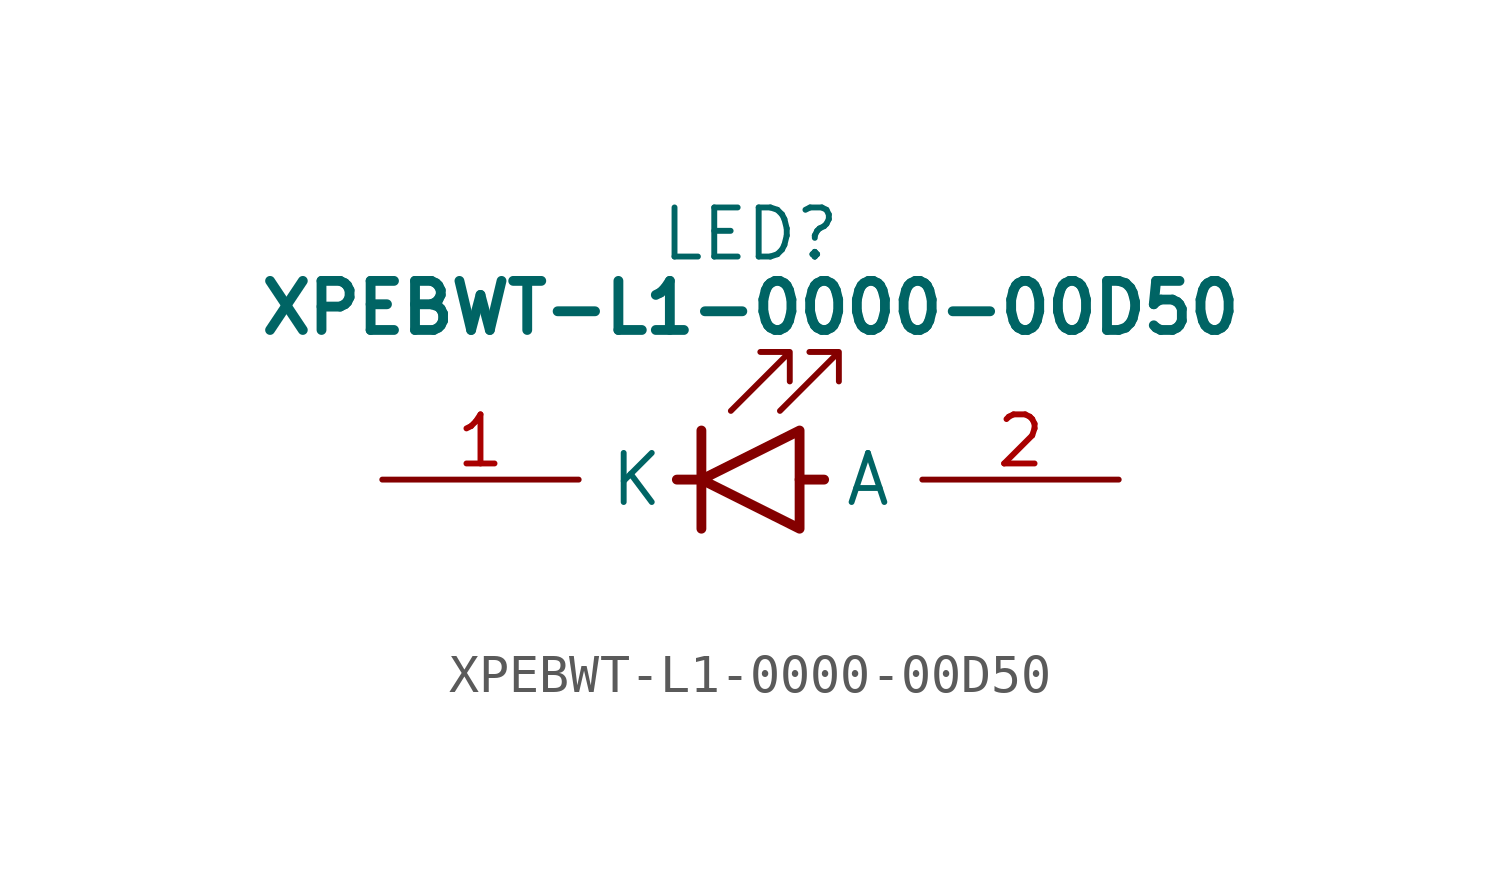
<source format=kicad_sym>
(kicad_symbol_lib
  (version 20220914)
  (generator kicad_symbol_editor)
  (symbol "XPEBWT-L1-0000-00D50"
    (pin_names
      (offset 0.762))
    (property "Reference" "LED"
      (at 7.62 20.32 0)
      (effects (font (size 1.27 1.27))))
    (property "Value" "XPEBWT-L1-0000-00D50"
      (at 7.62 18.415 0)
      (effects (font (size 1.27 1.27) bold)))
    (symbol "XPEBWT-L1-0000-00D50_0_0"
      (pin passive line (at -1.905 13.97 0) (length 5.08) (name "K" (effects (font (size 1.27 1.27)))) (number "1" (effects (font (size 1.27 1.27)))))
      (pin passive line (at 17.145 13.97 180) (length 5.08) (name "A" (effects (font (size 1.27 1.27)))) (number "2" (effects (font (size 1.27 1.27))))))
    (symbol "XPEBWT-L1-0000-00D50_0_1"
      (polyline (pts (xy 6.35 12.7) (xy 6.35 15.24)) (stroke (width 0.254) (type default)) (fill (type none)))
      (polyline (pts (xy 6.35 13.97) (xy 5.715 13.97)) (stroke (width 0.254) (type default)) (fill (type none)))
      (polyline (pts (xy 9.525 13.97) (xy 8.89 13.97)) (stroke (width 0.254) (type default)) (fill (type none)))
      (polyline (pts (xy 8.89 12.7) (xy 8.89 15.24) (xy 6.35 13.97) (xy 8.89 12.7)) (stroke (width 0.254) (type default)) (fill (type none)))
      (polyline (pts (xy 7.112 15.748) (xy 8.636 17.272) (xy 7.874 17.272) (xy 8.636 17.272) (xy 8.636 16.51)) (stroke (width 0) (type default)) (fill (type none)))
      (polyline (pts (xy 8.382 15.748) (xy 9.906 17.272) (xy 9.144 17.272) (xy 9.906 17.272) (xy 9.906 16.51)) (stroke (width 0) (type default)) (fill (type none))))
    (symbol "XPEBWT-L1-0000-00D50_1_0"
      (pin no_connect line (at 8.255 10.795 90) (length 1.27) hide (name "EP" (effects (font (size 1.27 1.27)))) (number "3" (effects (font (size 1.27 1.27))))))))
</source>
